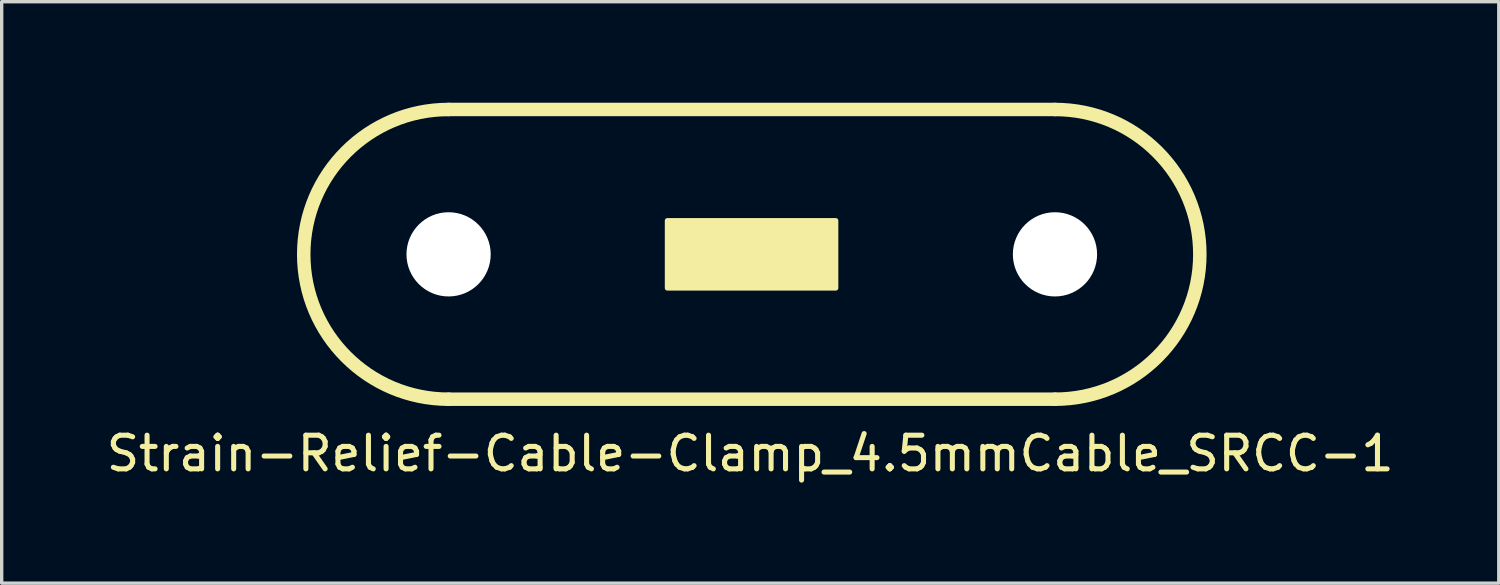
<source format=kicad_pcb>
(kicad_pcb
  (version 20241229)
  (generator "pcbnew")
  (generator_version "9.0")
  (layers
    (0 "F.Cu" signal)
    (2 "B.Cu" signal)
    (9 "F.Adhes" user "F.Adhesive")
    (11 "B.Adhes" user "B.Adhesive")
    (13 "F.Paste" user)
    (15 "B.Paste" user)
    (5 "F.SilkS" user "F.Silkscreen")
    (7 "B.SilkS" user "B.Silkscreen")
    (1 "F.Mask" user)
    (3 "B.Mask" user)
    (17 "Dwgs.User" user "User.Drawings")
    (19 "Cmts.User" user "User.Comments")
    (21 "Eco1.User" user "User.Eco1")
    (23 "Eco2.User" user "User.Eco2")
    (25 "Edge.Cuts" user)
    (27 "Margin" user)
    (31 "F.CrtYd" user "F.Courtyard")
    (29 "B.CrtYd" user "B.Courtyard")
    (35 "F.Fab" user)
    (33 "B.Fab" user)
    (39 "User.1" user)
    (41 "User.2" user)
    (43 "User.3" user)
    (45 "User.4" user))
  (footprint "Strain-Relief-Cable-Clamp_4.5mmCable_SRCC-1"
    (layer "F.Cu")
    (at 19.266 4.5)
    (property "Reference" "Strain-Relief-Cable-Clamp_4.5mmCable_SRCC-1" (at -0.046 5.913 0) (layer "F.SilkS") (effects (font (size 1 1) (thickness 0.15))))
    (attr through_hole)
    (fp_line (start -9 -4.3) (end 9 -4.3) (stroke (width 0.4) (type solid)) (layer "F.SilkS"))
    (fp_line (start -9 4.3) (end 9 4.3) (stroke (width 0.4) (type solid)) (layer "F.SilkS"))
    (fp_arc (start -9 4.3) (mid -13.3 0) (end -9 -4.3) (stroke (width 0.4) (type solid)) (layer "F.SilkS"))
    (fp_arc (start 9 -4.3) (mid 13.3 0) (end 9 4.3) (stroke (width 0.4) (type solid)) (layer "F.SilkS"))
    (fp_poly (pts (xy -2.507 -1.001) (xy 2.494 -1.001) (xy 2.494 1.001) (xy -2.507 1.001)) (stroke (width 0.15) (type solid)) (fill yes) (layer "F.SilkS"))
    (pad "" np_thru_hole circle (at -9 0) (size 2.5 2.5) (drill 2.5) (layers "*.Cu" "*.Mask"))
    (pad "" np_thru_hole circle (at 9 0) (size 2.5 2.5) (drill 2.5) (layers "*.Cu" "*.Mask")))
  (gr_rect
    (start -3 -3)
    (end 41.44 14.261)
    (stroke (width 0.1) (type default))
    (fill no)
    (layer "Edge.Cuts")))
</source>
